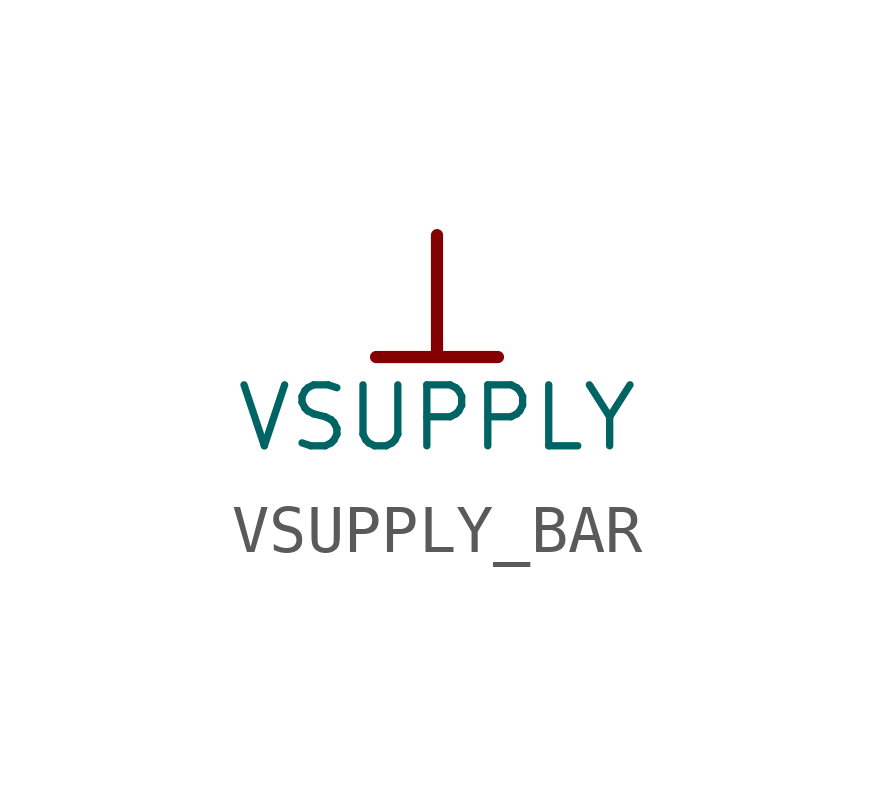
<source format=kicad_sym>
(kicad_symbol_lib
  (version 20241209)
  (generator "kicad_symbol_editor")
  (generator_version "9.0")
  (symbol "VSUPPLY_BAR"
    (power)
    (property "Reference" "#PWR"
      (at 0 0 0)
      (effects (font (size 1.27 1.27)) (hide yes)))
    (property "Value" "VSUPPLY"
      (at 0 -3.81 0)
      (effects (font (size 1.27 1.27))))
    (symbol "VSUPPLY_BAR_0_0"
      (polyline (pts (xy -1.27 -2.54) (xy 1.27 -2.54)) (stroke (width 0.254) (type solid)) (fill (type none)))
      (polyline (pts (xy 0 0) (xy 0 -2.54)) (stroke (width 0.254) (type solid)) (fill (type none)))
      (pin power_in line (at 0 0 0) (length 0) (hide yes) (name "VSUPPLY" (effects (font (size 1.27 1.27)))) (number "" (effects (font (size 1.27 1.27))))))))
</source>
